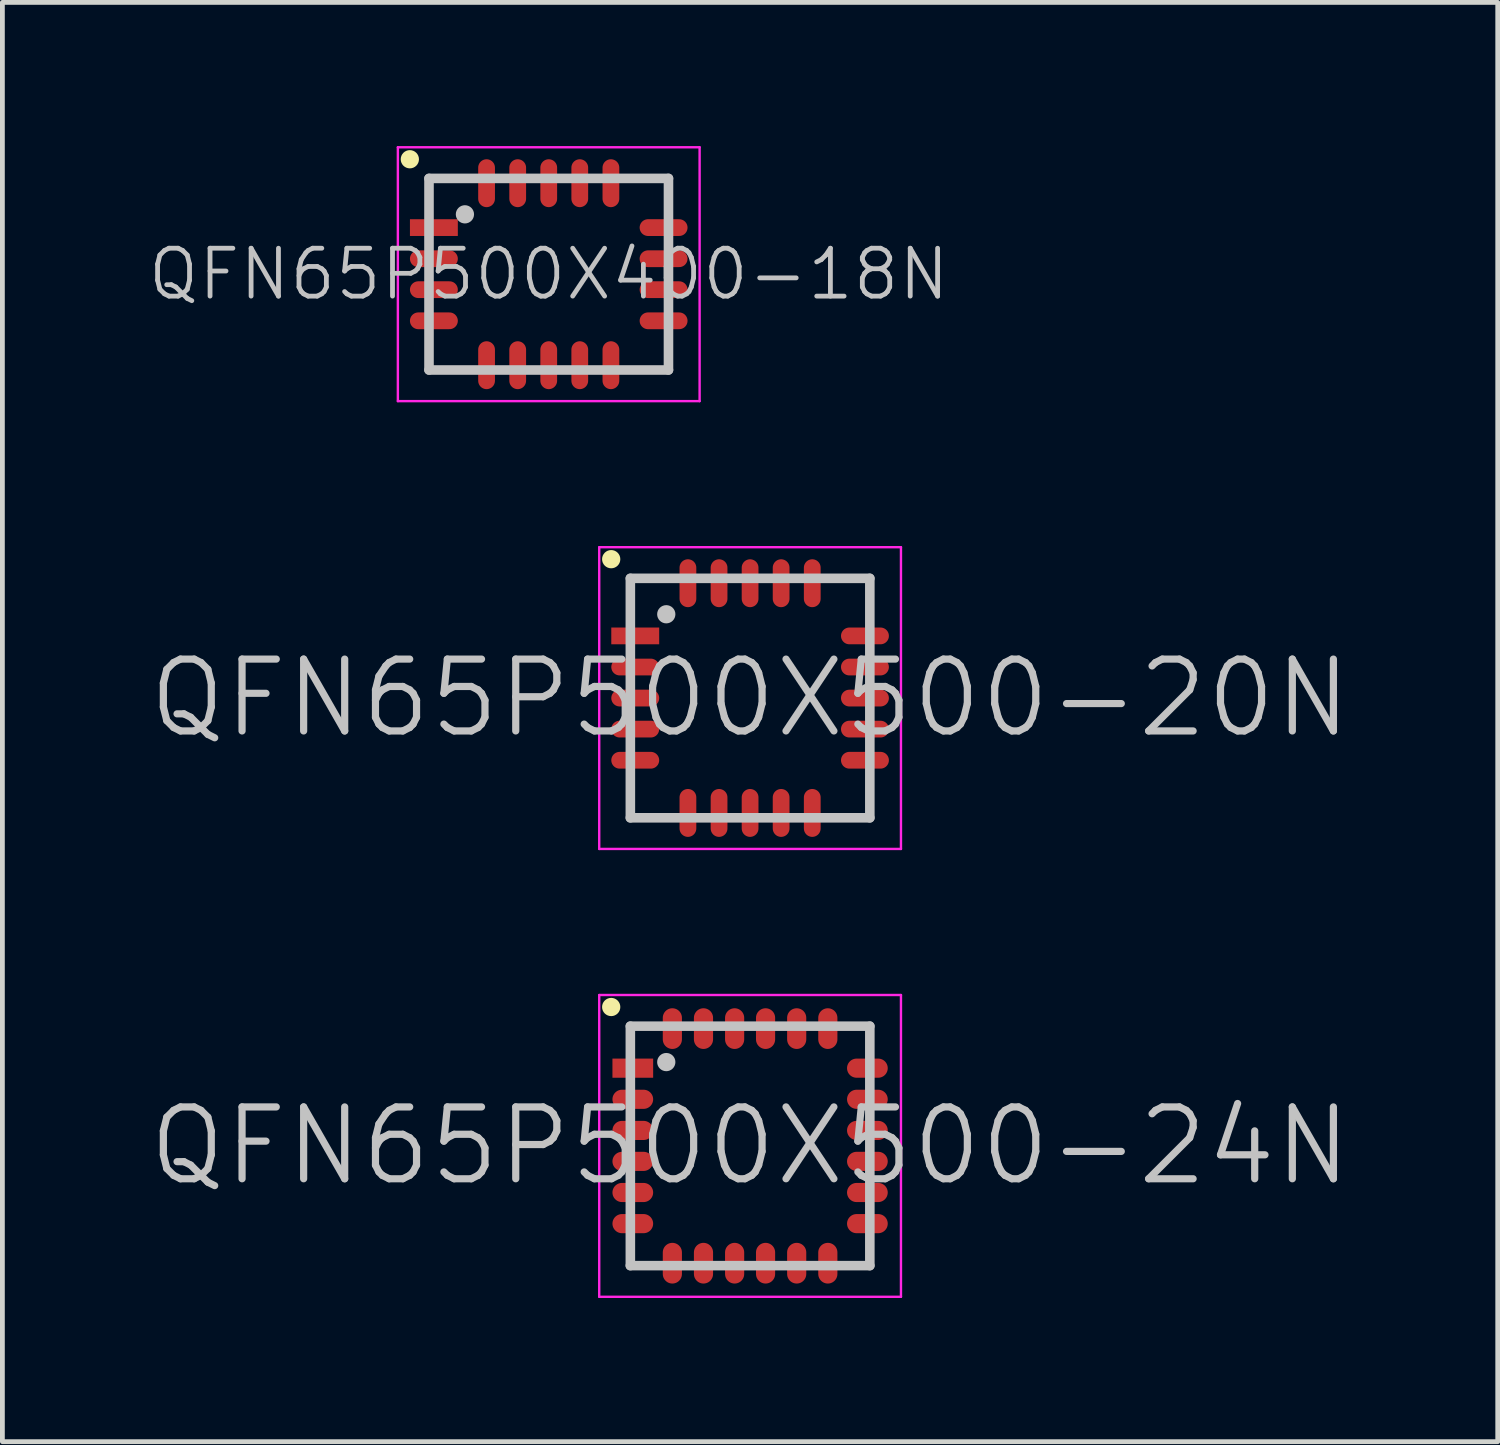
<source format=kicad_pcb>
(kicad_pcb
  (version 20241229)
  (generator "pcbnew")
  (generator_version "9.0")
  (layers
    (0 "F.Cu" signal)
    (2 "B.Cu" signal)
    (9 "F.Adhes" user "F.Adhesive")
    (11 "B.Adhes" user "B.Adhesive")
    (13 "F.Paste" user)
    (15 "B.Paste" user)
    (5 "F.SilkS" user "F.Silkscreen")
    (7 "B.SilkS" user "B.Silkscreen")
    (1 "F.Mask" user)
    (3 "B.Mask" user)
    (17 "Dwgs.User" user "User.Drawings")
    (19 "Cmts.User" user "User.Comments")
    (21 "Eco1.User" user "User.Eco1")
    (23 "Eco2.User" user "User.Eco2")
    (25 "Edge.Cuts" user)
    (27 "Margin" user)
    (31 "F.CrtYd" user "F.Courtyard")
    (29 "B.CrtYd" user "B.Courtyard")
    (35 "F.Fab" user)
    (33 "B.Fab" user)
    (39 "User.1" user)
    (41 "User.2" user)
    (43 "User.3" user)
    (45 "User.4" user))
  (footprint "QFN65P500X500-20N"
    (layer "F.Cu")
    (at 12.611 11.525)
    (property "Reference" "QFN65P500X500-20N" (at 0 0 0) (layer "Dwgs.User") (effects (font (size 1.5 1.5) (thickness 0.15))))
    (attr smd)
    (fp_line (start -2.9 -2.9) (end -2.9 -2.9) (stroke (width 0.381) (type solid)) (layer "F.SilkS"))
    (fp_line (start -2.5 -2.5) (end -2.5 2.5) (stroke (width 0.2) (type solid)) (layer "Dwgs.User"))
    (fp_line (start -2.5 -2.5) (end 2.5 -2.5) (stroke (width 0.2) (type solid)) (layer "Dwgs.User"))
    (fp_line (start -2.5 2.5) (end 2.5 2.5) (stroke (width 0.2) (type solid)) (layer "Dwgs.User"))
    (fp_line (start -1.75 -1.75) (end -1.75 -1.75) (stroke (width 0.381) (type solid)) (layer "Dwgs.User"))
    (fp_line (start 2.5 -2.5) (end 2.5 2.5) (stroke (width 0.2) (type solid)) (layer "Dwgs.User"))
    (fp_line (start -3.15 -3.15) (end -3.15 3.15) (stroke (width 0.05) (type solid)) (layer "F.CrtYd"))
    (fp_line (start -3.15 -3.15) (end 3.15 -3.15) (stroke (width 0.05) (type solid)) (layer "F.CrtYd"))
    (fp_line (start -3.15 3.15) (end 3.15 3.15) (stroke (width 0.05) (type solid)) (layer "F.CrtYd"))
    (fp_line (start 3.15 -3.15) (end 3.15 3.15) (stroke (width 0.05) (type solid)) (layer "F.CrtYd"))
    (pad "1" smd rect (at -2.398 -1.298 90) (size 0.35 1) (layers "F.Cu" "F.Mask" "F.Paste"))
    (pad "2" smd oval (at -2.398 -0.648 90) (size 0.35 1) (layers "F.Cu" "F.Mask" "F.Paste"))
    (pad "3" smd oval (at -2.398 0 90) (size 0.35 1) (layers "F.Cu" "F.Mask" "F.Paste"))
    (pad "4" smd oval (at -2.398 0.648 90) (size 0.35 1) (layers "F.Cu" "F.Mask" "F.Paste"))
    (pad "5" smd oval (at -2.398 1.298 90) (size 0.35 1) (layers "F.Cu" "F.Mask" "F.Paste"))
    (pad "6" smd oval (at -1.298 2.398 180) (size 0.35 1) (layers "F.Cu" "F.Mask" "F.Paste"))
    (pad "7" smd oval (at -0.648 2.398 180) (size 0.35 1) (layers "F.Cu" "F.Mask" "F.Paste"))
    (pad "8" smd oval (at 0 2.398 180) (size 0.35 1) (layers "F.Cu" "F.Mask" "F.Paste"))
    (pad "9" smd oval (at 0.648 2.398 180) (size 0.35 1) (layers "F.Cu" "F.Mask" "F.Paste"))
    (pad "10" smd oval (at 1.298 2.398 180) (size 0.35 1) (layers "F.Cu" "F.Mask" "F.Paste"))
    (pad "11" smd oval (at 2.398 1.298 270) (size 0.35 1) (layers "F.Cu" "F.Mask" "F.Paste"))
    (pad "12" smd oval (at 2.398 0.648 270) (size 0.35 1) (layers "F.Cu" "F.Mask" "F.Paste"))
    (pad "13" smd oval (at 2.398 0 270) (size 0.35 1) (layers "F.Cu" "F.Mask" "F.Paste"))
    (pad "14" smd oval (at 2.398 -0.648 270) (size 0.35 1) (layers "F.Cu" "F.Mask" "F.Paste"))
    (pad "15" smd oval (at 2.398 -1.298 270) (size 0.35 1) (layers "F.Cu" "F.Mask" "F.Paste"))
    (pad "16" smd oval (at 1.298 -2.398) (size 0.35 1) (layers "F.Cu" "F.Mask" "F.Paste"))
    (pad "17" smd oval (at 0.648 -2.398) (size 0.35 1) (layers "F.Cu" "F.Mask" "F.Paste"))
    (pad "18" smd oval (at 0 -2.398) (size 0.35 1) (layers "F.Cu" "F.Mask" "F.Paste"))
    (pad "19" smd oval (at -0.648 -2.398) (size 0.35 1) (layers "F.Cu" "F.Mask" "F.Paste"))
    (pad "20" smd oval (at -1.298 -2.398) (size 0.35 1) (layers "F.Cu" "F.Mask" "F.Paste")))
  (footprint "QFN65P500X500-24N"
    (layer "F.Cu")
    (at 12.611 20.875)
    (property "Reference" "QFN65P500X500-24N" (at 0 0 0) (layer "Dwgs.User") (effects (font (size 1.5 1.5) (thickness 0.15))))
    (attr smd)
    (fp_line (start -2.9 -2.9) (end -2.9 -2.9) (stroke (width 0.381) (type solid)) (layer "F.SilkS"))
    (fp_line (start -2.5 -2.5) (end -2.5 2.5) (stroke (width 0.2) (type solid)) (layer "Dwgs.User"))
    (fp_line (start -2.5 -2.5) (end 2.5 -2.5) (stroke (width 0.2) (type solid)) (layer "Dwgs.User"))
    (fp_line (start -2.5 2.5) (end 2.5 2.5) (stroke (width 0.2) (type solid)) (layer "Dwgs.User"))
    (fp_line (start -1.75 -1.75) (end -1.75 -1.75) (stroke (width 0.381) (type solid)) (layer "Dwgs.User"))
    (fp_line (start 2.5 -2.5) (end 2.5 2.5) (stroke (width 0.2) (type solid)) (layer "Dwgs.User"))
    (fp_line (start -3.15 -3.15) (end -3.15 3.15) (stroke (width 0.05) (type solid)) (layer "F.CrtYd"))
    (fp_line (start -3.15 -3.15) (end 3.15 -3.15) (stroke (width 0.05) (type solid)) (layer "F.CrtYd"))
    (fp_line (start -3.15 3.15) (end 3.15 3.15) (stroke (width 0.05) (type solid)) (layer "F.CrtYd"))
    (fp_line (start 3.15 -3.15) (end 3.15 3.15) (stroke (width 0.05) (type solid)) (layer "F.CrtYd"))
    (pad "1" smd rect (at -2.449 -1.623 90) (size 0.4 0.85) (layers "F.Cu" "F.Mask" "F.Paste"))
    (pad "2" smd oval (at -2.449 -0.973 90) (size 0.4 0.85) (layers "F.Cu" "F.Mask" "F.Paste"))
    (pad "3" smd oval (at -2.449 -0.323 90) (size 0.4 0.85) (layers "F.Cu" "F.Mask" "F.Paste"))
    (pad "4" smd oval (at -2.449 0.323 90) (size 0.4 0.85) (layers "F.Cu" "F.Mask" "F.Paste"))
    (pad "5" smd oval (at -2.449 0.973 90) (size 0.4 0.85) (layers "F.Cu" "F.Mask" "F.Paste"))
    (pad "6" smd oval (at -2.449 1.623 90) (size 0.4 0.85) (layers "F.Cu" "F.Mask" "F.Paste"))
    (pad "7" smd oval (at -1.623 2.449 180) (size 0.4 0.85) (layers "F.Cu" "F.Mask" "F.Paste"))
    (pad "8" smd oval (at -0.973 2.449 180) (size 0.4 0.85) (layers "F.Cu" "F.Mask" "F.Paste"))
    (pad "9" smd oval (at -0.323 2.449 180) (size 0.4 0.85) (layers "F.Cu" "F.Mask" "F.Paste"))
    (pad "10" smd oval (at 0.323 2.449 180) (size 0.4 0.85) (layers "F.Cu" "F.Mask" "F.Paste"))
    (pad "11" smd oval (at 0.973 2.449 180) (size 0.4 0.85) (layers "F.Cu" "F.Mask" "F.Paste"))
    (pad "12" smd oval (at 1.623 2.449 180) (size 0.4 0.85) (layers "F.Cu" "F.Mask" "F.Paste"))
    (pad "13" smd oval (at 2.449 1.623 270) (size 0.4 0.85) (layers "F.Cu" "F.Mask" "F.Paste"))
    (pad "14" smd oval (at 2.449 0.973 270) (size 0.4 0.85) (layers "F.Cu" "F.Mask" "F.Paste"))
    (pad "15" smd oval (at 2.449 0.323 270) (size 0.4 0.85) (layers "F.Cu" "F.Mask" "F.Paste"))
    (pad "16" smd oval (at 2.449 -0.323 270) (size 0.4 0.85) (layers "F.Cu" "F.Mask" "F.Paste"))
    (pad "17" smd oval (at 2.449 -0.973 270) (size 0.4 0.85) (layers "F.Cu" "F.Mask" "F.Paste"))
    (pad "18" smd oval (at 2.449 -1.623 270) (size 0.4 0.85) (layers "F.Cu" "F.Mask" "F.Paste"))
    (pad "19" smd oval (at 1.623 -2.449) (size 0.4 0.85) (layers "F.Cu" "F.Mask" "F.Paste"))
    (pad "20" smd oval (at 0.973 -2.449) (size 0.4 0.85) (layers "F.Cu" "F.Mask" "F.Paste"))
    (pad "21" smd oval (at 0.323 -2.449) (size 0.4 0.85) (layers "F.Cu" "F.Mask" "F.Paste"))
    (pad "22" smd oval (at -0.323 -2.449) (size 0.4 0.85) (layers "F.Cu" "F.Mask" "F.Paste"))
    (pad "23" smd oval (at -0.973 -2.449) (size 0.4 0.85) (layers "F.Cu" "F.Mask" "F.Paste"))
    (pad "24" smd oval (at -1.623 -2.449) (size 0.4 0.85) (layers "F.Cu" "F.Mask" "F.Paste")))
  (footprint "QFN65P500X400-18N"
    (layer "F.Cu")
    (at 8.407 2.675)
    (property "Reference" "QFN65P500X400-18N" (at 0 0 0) (layer "Dwgs.User") (effects (font (size 1 1) (thickness 0.1))))
    (attr smd)
    (fp_line (start -2.9 -2.4) (end -2.9 -2.4) (stroke (width 0.381) (type solid)) (layer "F.SilkS"))
    (fp_line (start -2.5 -2) (end -2.5 2) (stroke (width 0.2) (type solid)) (layer "Dwgs.User"))
    (fp_line (start -2.5 -2) (end 2.5 -2) (stroke (width 0.2) (type solid)) (layer "Dwgs.User"))
    (fp_line (start -2.5 2) (end 2.5 2) (stroke (width 0.2) (type solid)) (layer "Dwgs.User"))
    (fp_line (start -1.75 -1.25) (end -1.75 -1.25) (stroke (width 0.381) (type solid)) (layer "Dwgs.User"))
    (fp_line (start 2.5 -2) (end 2.5 2) (stroke (width 0.2) (type solid)) (layer "Dwgs.User"))
    (fp_line (start -3.15 -2.65) (end -3.15 2.65) (stroke (width 0.05) (type solid)) (layer "F.CrtYd"))
    (fp_line (start -3.15 -2.65) (end 3.15 -2.65) (stroke (width 0.05) (type solid)) (layer "F.CrtYd"))
    (fp_line (start -3.15 2.65) (end 3.15 2.65) (stroke (width 0.05) (type solid)) (layer "F.CrtYd"))
    (fp_line (start 3.15 -2.65) (end 3.15 2.65) (stroke (width 0.05) (type solid)) (layer "F.CrtYd"))
    (pad "1" smd rect (at -2.398 -0.973 90) (size 0.35 1) (layers "F.Cu" "F.Mask" "F.Paste"))
    (pad "2" smd oval (at -2.398 -0.323 90) (size 0.35 1) (layers "F.Cu" "F.Mask" "F.Paste"))
    (pad "3" smd oval (at -2.398 0.323 90) (size 0.35 1) (layers "F.Cu" "F.Mask" "F.Paste"))
    (pad "4" smd oval (at -2.398 0.973 90) (size 0.35 1) (layers "F.Cu" "F.Mask" "F.Paste"))
    (pad "5" smd oval (at -1.298 1.9 180) (size 0.35 1) (layers "F.Cu" "F.Mask" "F.Paste"))
    (pad "6" smd oval (at -0.648 1.9 180) (size 0.35 1) (layers "F.Cu" "F.Mask" "F.Paste"))
    (pad "7" smd oval (at 0 1.9 180) (size 0.35 1) (layers "F.Cu" "F.Mask" "F.Paste"))
    (pad "8" smd oval (at 0.648 1.9 180) (size 0.35 1) (layers "F.Cu" "F.Mask" "F.Paste"))
    (pad "9" smd oval (at 1.298 1.9 180) (size 0.35 1) (layers "F.Cu" "F.Mask" "F.Paste"))
    (pad "10" smd oval (at 2.398 0.973 270) (size 0.35 1) (layers "F.Cu" "F.Mask" "F.Paste"))
    (pad "11" smd oval (at 2.398 0.323 270) (size 0.35 1) (layers "F.Cu" "F.Mask" "F.Paste"))
    (pad "12" smd oval (at 2.398 -0.323 270) (size 0.35 1) (layers "F.Cu" "F.Mask" "F.Paste"))
    (pad "13" smd oval (at 2.398 -0.973 270) (size 0.35 1) (layers "F.Cu" "F.Mask" "F.Paste"))
    (pad "14" smd oval (at 1.298 -1.9) (size 0.35 1) (layers "F.Cu" "F.Mask" "F.Paste"))
    (pad "15" smd oval (at 0.648 -1.9) (size 0.35 1) (layers "F.Cu" "F.Mask" "F.Paste"))
    (pad "16" smd oval (at 0 -1.9) (size 0.35 1) (layers "F.Cu" "F.Mask" "F.Paste"))
    (pad "17" smd oval (at -0.648 -1.9) (size 0.35 1) (layers "F.Cu" "F.Mask" "F.Paste"))
    (pad "18" smd oval (at -1.298 -1.9) (size 0.35 1) (layers "F.Cu" "F.Mask" "F.Paste")))
  (gr_rect
    (start -3 -3)
    (end 28.221 27.05)
    (stroke (width 0.1) (type default))
    (fill no)
    (layer "Edge.Cuts")))
</source>
